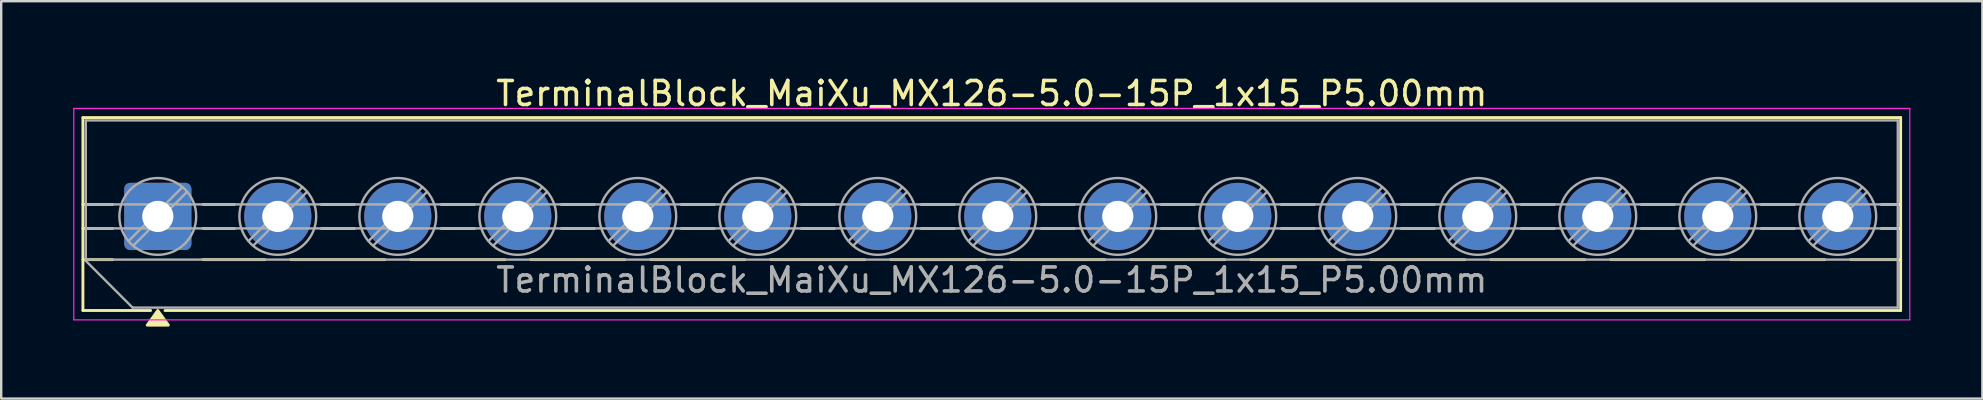
<source format=kicad_pcb>
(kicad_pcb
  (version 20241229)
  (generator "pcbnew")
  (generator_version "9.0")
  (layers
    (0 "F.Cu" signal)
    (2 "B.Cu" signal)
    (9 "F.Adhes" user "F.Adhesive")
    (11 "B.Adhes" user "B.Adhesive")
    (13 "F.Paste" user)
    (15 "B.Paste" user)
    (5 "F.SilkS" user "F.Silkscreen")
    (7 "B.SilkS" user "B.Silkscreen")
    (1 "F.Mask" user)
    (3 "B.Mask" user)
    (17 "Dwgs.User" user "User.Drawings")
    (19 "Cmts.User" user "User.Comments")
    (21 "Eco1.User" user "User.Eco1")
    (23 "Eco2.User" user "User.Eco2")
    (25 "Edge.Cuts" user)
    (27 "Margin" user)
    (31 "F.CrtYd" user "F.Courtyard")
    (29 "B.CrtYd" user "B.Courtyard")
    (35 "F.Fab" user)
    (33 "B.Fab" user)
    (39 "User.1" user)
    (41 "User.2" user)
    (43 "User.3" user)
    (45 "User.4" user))
  (footprint "TerminalBlock_MaiXu_MX126-5.0-15P_1x15_P5.00mm"
    (layer "F.Cu")
    (at 3.525 5.968)
    (property "Reference" "TerminalBlock_MaiXu_MX126-5.0-15P_1x15_P5.00mm" (at 34.75 -5.12 0) (layer "F.SilkS") (effects (font (size 1 1) (thickness 0.15))))
    (attr through_hole)
    (fp_line (start -3.12 -4.12) (end -3.12 3.92) (stroke (width 0.12) (type solid)) (layer "F.SilkS"))
    (fp_line (start -3.12 -4.12) (end 72.62 -4.12) (stroke (width 0.12) (type solid)) (layer "F.SilkS"))
    (fp_line (start -3.12 -0.5) (end -1.88 -0.5) (stroke (width 0.12) (type solid)) (layer "F.SilkS"))
    (fp_line (start -3.12 0.5) (end -1.88 0.5) (stroke (width 0.12) (type solid)) (layer "F.SilkS"))
    (fp_line (start -3.12 1.8) (end -1.88 1.8) (stroke (width 0.12) (type solid)) (layer "F.SilkS"))
    (fp_line (start -3.12 3.92) (end -0.3 3.92) (stroke (width 0.12) (type solid)) (layer "F.SilkS"))
    (fp_line (start 0.3 3.92) (end 72.62 3.92) (stroke (width 0.12) (type solid)) (layer "F.SilkS"))
    (fp_line (start 1.88 -0.5) (end 3.188 -0.5) (stroke (width 0.12) (type solid)) (layer "F.SilkS"))
    (fp_line (start 1.88 0.5) (end 3.188 0.5) (stroke (width 0.12) (type solid)) (layer "F.SilkS"))
    (fp_line (start 1.88 1.8) (end 4.457 1.8) (stroke (width 0.12) (type solid)) (layer "F.SilkS"))
    (fp_line (start 5.543 1.8) (end 9.457 1.8) (stroke (width 0.12) (type solid)) (layer "F.SilkS"))
    (fp_line (start 6.812 -0.5) (end 8.188 -0.5) (stroke (width 0.12) (type solid)) (layer "F.SilkS"))
    (fp_line (start 6.812 0.5) (end 8.188 0.5) (stroke (width 0.12) (type solid)) (layer "F.SilkS"))
    (fp_line (start 10.543 1.8) (end 14.457 1.8) (stroke (width 0.12) (type solid)) (layer "F.SilkS"))
    (fp_line (start 11.812 -0.5) (end 13.188 -0.5) (stroke (width 0.12) (type solid)) (layer "F.SilkS"))
    (fp_line (start 11.812 0.5) (end 13.188 0.5) (stroke (width 0.12) (type solid)) (layer "F.SilkS"))
    (fp_line (start 15.543 1.8) (end 19.457 1.8) (stroke (width 0.12) (type solid)) (layer "F.SilkS"))
    (fp_line (start 16.812 -0.5) (end 18.188 -0.5) (stroke (width 0.12) (type solid)) (layer "F.SilkS"))
    (fp_line (start 16.812 0.5) (end 18.188 0.5) (stroke (width 0.12) (type solid)) (layer "F.SilkS"))
    (fp_line (start 20.543 1.8) (end 24.457 1.8) (stroke (width 0.12) (type solid)) (layer "F.SilkS"))
    (fp_line (start 21.812 -0.5) (end 23.188 -0.5) (stroke (width 0.12) (type solid)) (layer "F.SilkS"))
    (fp_line (start 21.812 0.5) (end 23.188 0.5) (stroke (width 0.12) (type solid)) (layer "F.SilkS"))
    (fp_line (start 25.543 1.8) (end 29.457 1.8) (stroke (width 0.12) (type solid)) (layer "F.SilkS"))
    (fp_line (start 26.812 -0.5) (end 28.188 -0.5) (stroke (width 0.12) (type solid)) (layer "F.SilkS"))
    (fp_line (start 26.812 0.5) (end 28.188 0.5) (stroke (width 0.12) (type solid)) (layer "F.SilkS"))
    (fp_line (start 30.543 1.8) (end 34.457 1.8) (stroke (width 0.12) (type solid)) (layer "F.SilkS"))
    (fp_line (start 31.812 -0.5) (end 33.188 -0.5) (stroke (width 0.12) (type solid)) (layer "F.SilkS"))
    (fp_line (start 31.812 0.5) (end 33.188 0.5) (stroke (width 0.12) (type solid)) (layer "F.SilkS"))
    (fp_line (start 35.543 1.8) (end 39.457 1.8) (stroke (width 0.12) (type solid)) (layer "F.SilkS"))
    (fp_line (start 36.812 -0.5) (end 38.188 -0.5) (stroke (width 0.12) (type solid)) (layer "F.SilkS"))
    (fp_line (start 36.812 0.5) (end 38.188 0.5) (stroke (width 0.12) (type solid)) (layer "F.SilkS"))
    (fp_line (start 40.543 1.8) (end 44.457 1.8) (stroke (width 0.12) (type solid)) (layer "F.SilkS"))
    (fp_line (start 41.812 -0.5) (end 43.188 -0.5) (stroke (width 0.12) (type solid)) (layer "F.SilkS"))
    (fp_line (start 41.812 0.5) (end 43.188 0.5) (stroke (width 0.12) (type solid)) (layer "F.SilkS"))
    (fp_line (start 45.543 1.8) (end 49.457 1.8) (stroke (width 0.12) (type solid)) (layer "F.SilkS"))
    (fp_line (start 46.812 -0.5) (end 48.188 -0.5) (stroke (width 0.12) (type solid)) (layer "F.SilkS"))
    (fp_line (start 46.812 0.5) (end 48.188 0.5) (stroke (width 0.12) (type solid)) (layer "F.SilkS"))
    (fp_line (start 50.543 1.8) (end 54.457 1.8) (stroke (width 0.12) (type solid)) (layer "F.SilkS"))
    (fp_line (start 51.812 -0.5) (end 53.188 -0.5) (stroke (width 0.12) (type solid)) (layer "F.SilkS"))
    (fp_line (start 51.812 0.5) (end 53.188 0.5) (stroke (width 0.12) (type solid)) (layer "F.SilkS"))
    (fp_line (start 55.543 1.8) (end 59.457 1.8) (stroke (width 0.12) (type solid)) (layer "F.SilkS"))
    (fp_line (start 56.812 -0.5) (end 58.188 -0.5) (stroke (width 0.12) (type solid)) (layer "F.SilkS"))
    (fp_line (start 56.812 0.5) (end 58.188 0.5) (stroke (width 0.12) (type solid)) (layer "F.SilkS"))
    (fp_line (start 60.543 1.8) (end 64.457 1.8) (stroke (width 0.12) (type solid)) (layer "F.SilkS"))
    (fp_line (start 61.812 -0.5) (end 63.188 -0.5) (stroke (width 0.12) (type solid)) (layer "F.SilkS"))
    (fp_line (start 61.812 0.5) (end 63.188 0.5) (stroke (width 0.12) (type solid)) (layer "F.SilkS"))
    (fp_line (start 65.543 1.8) (end 69.457 1.8) (stroke (width 0.12) (type solid)) (layer "F.SilkS"))
    (fp_line (start 66.812 -0.5) (end 68.188 -0.5) (stroke (width 0.12) (type solid)) (layer "F.SilkS"))
    (fp_line (start 66.812 0.5) (end 68.188 0.5) (stroke (width 0.12) (type solid)) (layer "F.SilkS"))
    (fp_line (start 70.543 1.8) (end 72.62 1.8) (stroke (width 0.12) (type solid)) (layer "F.SilkS"))
    (fp_line (start 71.812 -0.5) (end 72.62 -0.5) (stroke (width 0.12) (type solid)) (layer "F.SilkS"))
    (fp_line (start 71.812 0.5) (end 72.62 0.5) (stroke (width 0.12) (type solid)) (layer "F.SilkS"))
    (fp_line (start 72.62 -4.12) (end 72.62 3.92) (stroke (width 0.12) (type solid)) (layer "F.SilkS"))
    (fp_poly (pts (xy 0 3.92) (xy 0.44 4.53) (xy -0.44 4.53)) (stroke (width 0.12) (type solid)) (fill yes) (layer "F.SilkS"))
    (fp_line (start -3.5 -4.5) (end -3.5 4.31) (stroke (width 0.05) (type solid)) (layer "F.CrtYd"))
    (fp_line (start -3.5 4.31) (end 73 4.31) (stroke (width 0.05) (type solid)) (layer "F.CrtYd"))
    (fp_line (start 73 -4.5) (end -3.5 -4.5) (stroke (width 0.05) (type solid)) (layer "F.CrtYd"))
    (fp_line (start 73 4.31) (end 73 -4.5) (stroke (width 0.05) (type solid)) (layer "F.CrtYd"))
    (fp_line (start -3 -4) (end 72.5 -4) (stroke (width 0.1) (type solid)) (layer "F.Fab"))
    (fp_line (start -3 -0.5) (end 72.5 -0.5) (stroke (width 0.1) (type solid)) (layer "F.Fab"))
    (fp_line (start -3 0.5) (end 72.5 0.5) (stroke (width 0.1) (type solid)) (layer "F.Fab"))
    (fp_line (start -3 1.8) (end 72.5 1.8) (stroke (width 0.1) (type solid)) (layer "F.Fab"))
    (fp_line (start -3 1.85) (end -3 -4) (stroke (width 0.1) (type solid)) (layer "F.Fab"))
    (fp_line (start -1.05 3.8) (end -3 1.85) (stroke (width 0.1) (type solid)) (layer "F.Fab"))
    (fp_line (start 1.018 -1.213) (end -1.213 1.018) (stroke (width 0.1) (type solid)) (layer "F.Fab"))
    (fp_line (start 1.213 -1.018) (end -1.018 1.213) (stroke (width 0.1) (type solid)) (layer "F.Fab"))
    (fp_line (start 6.018 -1.213) (end 3.787 1.018) (stroke (width 0.1) (type solid)) (layer "F.Fab"))
    (fp_line (start 6.213 -1.018) (end 3.982 1.213) (stroke (width 0.1) (type solid)) (layer "F.Fab"))
    (fp_line (start 11.018 -1.213) (end 8.787 1.018) (stroke (width 0.1) (type solid)) (layer "F.Fab"))
    (fp_line (start 11.213 -1.018) (end 8.982 1.213) (stroke (width 0.1) (type solid)) (layer "F.Fab"))
    (fp_line (start 16.018 -1.213) (end 13.787 1.018) (stroke (width 0.1) (type solid)) (layer "F.Fab"))
    (fp_line (start 16.213 -1.018) (end 13.982 1.213) (stroke (width 0.1) (type solid)) (layer "F.Fab"))
    (fp_line (start 21.018 -1.213) (end 18.787 1.018) (stroke (width 0.1) (type solid)) (layer "F.Fab"))
    (fp_line (start 21.213 -1.018) (end 18.982 1.213) (stroke (width 0.1) (type solid)) (layer "F.Fab"))
    (fp_line (start 26.018 -1.213) (end 23.787 1.018) (stroke (width 0.1) (type solid)) (layer "F.Fab"))
    (fp_line (start 26.213 -1.018) (end 23.982 1.213) (stroke (width 0.1) (type solid)) (layer "F.Fab"))
    (fp_line (start 31.018 -1.213) (end 28.787 1.018) (stroke (width 0.1) (type solid)) (layer "F.Fab"))
    (fp_line (start 31.213 -1.018) (end 28.982 1.213) (stroke (width 0.1) (type solid)) (layer "F.Fab"))
    (fp_line (start 36.018 -1.213) (end 33.787 1.018) (stroke (width 0.1) (type solid)) (layer "F.Fab"))
    (fp_line (start 36.213 -1.018) (end 33.982 1.213) (stroke (width 0.1) (type solid)) (layer "F.Fab"))
    (fp_line (start 41.018 -1.213) (end 38.787 1.018) (stroke (width 0.1) (type solid)) (layer "F.Fab"))
    (fp_line (start 41.213 -1.018) (end 38.982 1.213) (stroke (width 0.1) (type solid)) (layer "F.Fab"))
    (fp_line (start 46.018 -1.213) (end 43.787 1.018) (stroke (width 0.1) (type solid)) (layer "F.Fab"))
    (fp_line (start 46.213 -1.018) (end 43.982 1.213) (stroke (width 0.1) (type solid)) (layer "F.Fab"))
    (fp_line (start 51.018 -1.213) (end 48.787 1.018) (stroke (width 0.1) (type solid)) (layer "F.Fab"))
    (fp_line (start 51.213 -1.018) (end 48.982 1.213) (stroke (width 0.1) (type solid)) (layer "F.Fab"))
    (fp_line (start 56.018 -1.213) (end 53.787 1.018) (stroke (width 0.1) (type solid)) (layer "F.Fab"))
    (fp_line (start 56.213 -1.018) (end 53.982 1.213) (stroke (width 0.1) (type solid)) (layer "F.Fab"))
    (fp_line (start 61.018 -1.213) (end 58.787 1.018) (stroke (width 0.1) (type solid)) (layer "F.Fab"))
    (fp_line (start 61.213 -1.018) (end 58.982 1.213) (stroke (width 0.1) (type solid)) (layer "F.Fab"))
    (fp_line (start 66.018 -1.213) (end 63.787 1.018) (stroke (width 0.1) (type solid)) (layer "F.Fab"))
    (fp_line (start 66.213 -1.018) (end 63.982 1.213) (stroke (width 0.1) (type solid)) (layer "F.Fab"))
    (fp_line (start 71.018 -1.213) (end 68.787 1.018) (stroke (width 0.1) (type solid)) (layer "F.Fab"))
    (fp_line (start 71.213 -1.018) (end 68.982 1.213) (stroke (width 0.1) (type solid)) (layer "F.Fab"))
    (fp_line (start 72.5 -4) (end 72.5 3.8) (stroke (width 0.1) (type solid)) (layer "F.Fab"))
    (fp_line (start 72.5 3.8) (end -1.05 3.8) (stroke (width 0.1) (type solid)) (layer "F.Fab"))
    (fp_circle (center 0 0) (end 1.6 0) (stroke (width 0.1) (type solid)) (fill no) (layer "F.Fab"))
    (fp_circle (center 5 0) (end 6.6 0) (stroke (width 0.1) (type solid)) (fill no) (layer "F.Fab"))
    (fp_circle (center 10 0) (end 11.6 0) (stroke (width 0.1) (type solid)) (fill no) (layer "F.Fab"))
    (fp_circle (center 15 0) (end 16.6 0) (stroke (width 0.1) (type solid)) (fill no) (layer "F.Fab"))
    (fp_circle (center 20 0) (end 21.6 0) (stroke (width 0.1) (type solid)) (fill no) (layer "F.Fab"))
    (fp_circle (center 25 0) (end 26.6 0) (stroke (width 0.1) (type solid)) (fill no) (layer "F.Fab"))
    (fp_circle (center 30 0) (end 31.6 0) (stroke (width 0.1) (type solid)) (fill no) (layer "F.Fab"))
    (fp_circle (center 35 0) (end 36.6 0) (stroke (width 0.1) (type solid)) (fill no) (layer "F.Fab"))
    (fp_circle (center 40 0) (end 41.6 0) (stroke (width 0.1) (type solid)) (fill no) (layer "F.Fab"))
    (fp_circle (center 45 0) (end 46.6 0) (stroke (width 0.1) (type solid)) (fill no) (layer "F.Fab"))
    (fp_circle (center 50 0) (end 51.6 0) (stroke (width 0.1) (type solid)) (fill no) (layer "F.Fab"))
    (fp_circle (center 55 0) (end 56.6 0) (stroke (width 0.1) (type solid)) (fill no) (layer "F.Fab"))
    (fp_circle (center 60 0) (end 61.6 0) (stroke (width 0.1) (type solid)) (fill no) (layer "F.Fab"))
    (fp_circle (center 65 0) (end 66.6 0) (stroke (width 0.1) (type solid)) (fill no) (layer "F.Fab"))
    (fp_circle (center 70 0) (end 71.6 0) (stroke (width 0.1) (type solid)) (fill no) (layer "F.Fab"))
    (fp_text user "${REFERENCE}" (at 34.75 2.65 0) (layer "F.Fab") (effects (font (size 1 1) (thickness 0.15))))
    (pad "1" thru_hole roundrect (at 0 0) (size 2.8 2.8) (drill 1.3) (layers "*.Cu" "*.Mask") (roundrect_rratio 0.089))
    (pad "2" thru_hole circle (at 5 0) (size 2.8 2.8) (drill 1.3) (layers "*.Cu" "*.Mask"))
    (pad "3" thru_hole circle (at 10 0) (size 2.8 2.8) (drill 1.3) (layers "*.Cu" "*.Mask"))
    (pad "4" thru_hole circle (at 15 0) (size 2.8 2.8) (drill 1.3) (layers "*.Cu" "*.Mask"))
    (pad "5" thru_hole circle (at 20 0) (size 2.8 2.8) (drill 1.3) (layers "*.Cu" "*.Mask"))
    (pad "6" thru_hole circle (at 25 0) (size 2.8 2.8) (drill 1.3) (layers "*.Cu" "*.Mask"))
    (pad "7" thru_hole circle (at 30 0) (size 2.8 2.8) (drill 1.3) (layers "*.Cu" "*.Mask"))
    (pad "8" thru_hole circle (at 35 0) (size 2.8 2.8) (drill 1.3) (layers "*.Cu" "*.Mask"))
    (pad "9" thru_hole circle (at 40 0) (size 2.8 2.8) (drill 1.3) (layers "*.Cu" "*.Mask"))
    (pad "10" thru_hole circle (at 45 0) (size 2.8 2.8) (drill 1.3) (layers "*.Cu" "*.Mask"))
    (pad "11" thru_hole circle (at 50 0) (size 2.8 2.8) (drill 1.3) (layers "*.Cu" "*.Mask"))
    (pad "12" thru_hole circle (at 55 0) (size 2.8 2.8) (drill 1.3) (layers "*.Cu" "*.Mask"))
    (pad "13" thru_hole circle (at 60 0) (size 2.8 2.8) (drill 1.3) (layers "*.Cu" "*.Mask"))
    (pad "14" thru_hole circle (at 65 0) (size 2.8 2.8) (drill 1.3) (layers "*.Cu" "*.Mask"))
    (pad "15" thru_hole circle (at 70 0) (size 2.8 2.8) (drill 1.3) (layers "*.Cu" "*.Mask")))
  (gr_rect
    (start -3 -3)
    (end 79.55 13.558)
    (stroke (width 0.1) (type default))
    (fill no)
    (layer "Edge.Cuts")))
</source>
